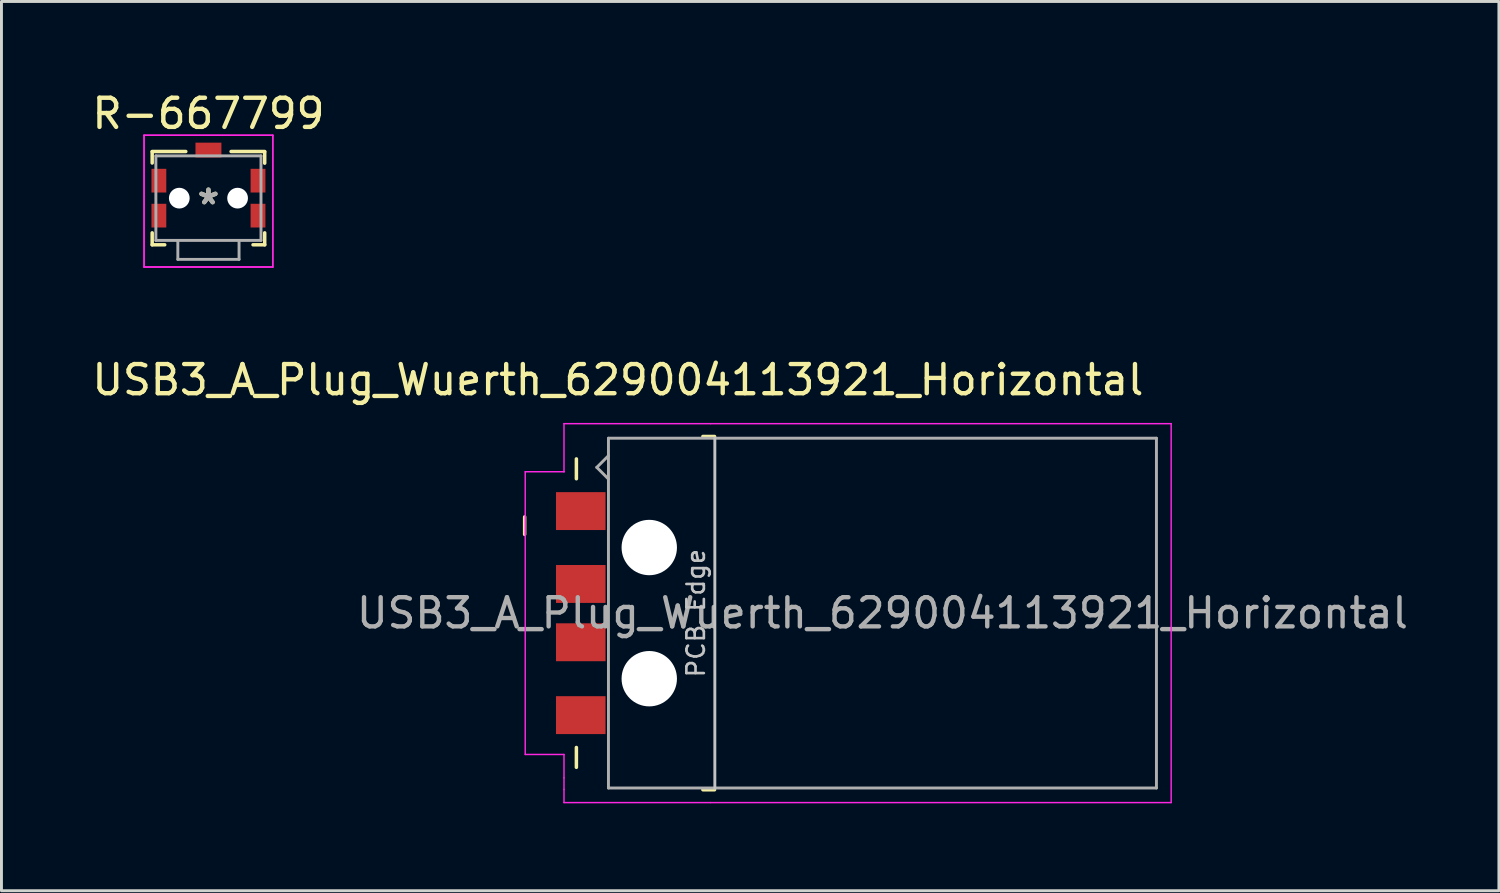
<source format=kicad_pcb>
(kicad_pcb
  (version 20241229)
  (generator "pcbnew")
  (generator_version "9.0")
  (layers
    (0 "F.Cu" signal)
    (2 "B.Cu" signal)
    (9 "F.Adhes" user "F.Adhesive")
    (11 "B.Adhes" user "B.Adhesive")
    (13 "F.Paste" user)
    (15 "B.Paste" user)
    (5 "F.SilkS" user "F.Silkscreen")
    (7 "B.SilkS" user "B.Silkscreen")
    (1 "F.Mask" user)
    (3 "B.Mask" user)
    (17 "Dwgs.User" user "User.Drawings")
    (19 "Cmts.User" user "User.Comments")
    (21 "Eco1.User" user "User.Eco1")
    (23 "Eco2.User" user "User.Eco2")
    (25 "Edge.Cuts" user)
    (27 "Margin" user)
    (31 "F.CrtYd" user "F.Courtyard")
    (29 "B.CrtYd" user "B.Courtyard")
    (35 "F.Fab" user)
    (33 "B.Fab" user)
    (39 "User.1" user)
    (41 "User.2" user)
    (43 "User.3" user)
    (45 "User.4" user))
  (footprint "USB3_A_Plug_Wuerth_629004113921_Horizontal"
    (layer "F.Cu")
    (at 21.449 13.134)
    (property "Reference" "USB3_A_Plug_Wuerth_629004113921_Horizontal" (at -3.3 -3.15 0) (layer "F.SilkS") (effects (font (size 1 1) (thickness 0.15))))
    (attr smd)
    (fp_line (start -6.5 2.15) (end -6.5 1.55) (stroke (width 0.12) (type solid)) (layer "F.SilkS"))
    (fp_line (start -4.725 0.24) (end -4.725 -0.44) (stroke (width 0.12) (type solid)) (layer "F.SilkS"))
    (fp_line (start -4.725 9.46) (end -4.725 10.14) (stroke (width 0.12) (type solid)) (layer "F.SilkS"))
    (fp_line (start 0.015 -1.21) (end -0.385 -1.21) (stroke (width 0.12) (type solid)) (layer "F.SilkS"))
    (fp_line (start 0.015 10.91) (end -0.385 10.91) (stroke (width 0.12) (type solid)) (layer "F.SilkS"))
    (fp_line (start 0.025 10.85) (end 0.025 -1.15) (stroke (width 0.1) (type solid)) (layer "Dwgs.User"))
    (fp_line (start -6.48 0) (end -5.15 0) (stroke (width 0.05) (type solid)) (layer "F.CrtYd"))
    (fp_line (start -6.48 9.7) (end -6.48 0) (stroke (width 0.05) (type solid)) (layer "F.CrtYd"))
    (fp_line (start -5.15 -1.65) (end -0.12 -1.65) (stroke (width 0.05) (type solid)) (layer "F.CrtYd"))
    (fp_line (start -5.15 0) (end -5.15 -1.65) (stroke (width 0.05) (type solid)) (layer "F.CrtYd"))
    (fp_line (start -5.15 0) (end -5.15 0) (stroke (width 0.05) (type solid)) (layer "F.CrtYd"))
    (fp_line (start -5.15 9.7) (end -6.48 9.7) (stroke (width 0.05) (type solid)) (layer "F.CrtYd"))
    (fp_line (start -5.15 10.5) (end -5.15 9.7) (stroke (width 0.05) (type solid)) (layer "F.CrtYd"))
    (fp_line (start -5.15 10.9) (end -5.15 10.5) (stroke (width 0.05) (type solid)) (layer "F.CrtYd"))
    (fp_line (start -5.15 11.35) (end -5.15 10.9) (stroke (width 0.05) (type solid)) (layer "F.CrtYd"))
    (fp_line (start -0.12 11.35) (end -5.15 11.35) (stroke (width 0.05) (type solid)) (layer "F.CrtYd"))
    (fp_line (start 15.68 -1.65) (end -0.12 -1.65) (stroke (width 0.05) (type solid)) (layer "F.CrtYd"))
    (fp_line (start 15.68 11.35) (end -0.12 11.35) (stroke (width 0.05) (type solid)) (layer "F.CrtYd"))
    (fp_line (start 15.68 11.35) (end 15.68 -1.65) (stroke (width 0.05) (type solid)) (layer "F.CrtYd"))
    (fp_line (start -4.025 -0.15) (end -3.625 -0.55) (stroke (width 0.1) (type solid)) (layer "F.Fab"))
    (fp_line (start -4.025 -0.15) (end -3.625 0.25) (stroke (width 0.1) (type solid)) (layer "F.Fab"))
    (fp_line (start -3.625 10.85) (end -3.625 -1.15) (stroke (width 0.1) (type solid)) (layer "F.Fab"))
    (fp_line (start 15.175 -1.15) (end -3.625 -1.15) (stroke (width 0.1) (type solid)) (layer "F.Fab"))
    (fp_line (start 15.175 10.85) (end -3.625 10.85) (stroke (width 0.1) (type solid)) (layer "F.Fab"))
    (fp_line (start 15.175 10.85) (end 15.175 -1.15) (stroke (width 0.1) (type solid)) (layer "F.Fab"))
    (fp_text user "PCB Edge" (at -0.625 4.85 90) (layer "Dwgs.User") (effects (font (size 0.6 0.6) (thickness 0.09))))
    (fp_text user "${REFERENCE}" (at 5.775 4.85 180) (layer "F.Fab") (effects (font (size 1 1) (thickness 0.15))))
    (pad "" np_thru_hole circle (at -2.225 2.6 90) (size 1.9 1.9) (drill 1.9) (layers "*.Cu" "*.Mask"))
    (pad "" np_thru_hole circle (at -2.225 7.1 90) (size 1.9 1.9) (drill 1.9) (layers "*.Cu" "*.Mask"))
    (pad "1" smd rect (at -4.575 1.35 90) (size 1.3 1.7) (layers "F.Cu" "F.Mask" "F.Paste"))
    (pad "2" smd rect (at -4.575 3.85 90) (size 1.3 1.7) (layers "F.Cu" "F.Mask" "F.Paste"))
    (pad "3" smd rect (at -4.575 5.85 90) (size 1.3 1.7) (layers "F.Cu" "F.Mask" "F.Paste"))
    (pad "4" smd rect (at -4.575 8.35 90) (size 1.3 1.7) (layers "F.Cu" "F.Mask" "F.Paste")))
  (footprint "R-667799"
    (layer "F.Cu")
    (at 4.101 3.748)
    (property "Reference" "R-667799" (at 0 -2.9 0) (layer "F.SilkS") (effects (font (size 1 1) (thickness 0.15))))
    (attr through_hole)
    (fp_line (start -1.93 -1.594) (end -1.93 -1.206) (stroke (width 0.12) (type solid)) (layer "F.SilkS"))
    (fp_line (start -1.93 1.19) (end -1.93 1.6) (stroke (width 0.12) (type solid)) (layer "F.SilkS"))
    (fp_line (start -1.93 1.6) (end -1.5 1.6) (stroke (width 0.12) (type solid)) (layer "F.SilkS"))
    (fp_line (start -0.777 -1.6) (end -1.93 -1.6) (stroke (width 0.12) (type solid)) (layer "F.SilkS"))
    (fp_line (start 1.53 1.6) (end 1.93 1.6) (stroke (width 0.12) (type solid)) (layer "F.SilkS"))
    (fp_line (start 1.93 -1.6) (end 0.777 -1.6) (stroke (width 0.12) (type solid)) (layer "F.SilkS"))
    (fp_line (start 1.93 -1.2) (end 1.93 -1.588) (stroke (width 0.12) (type solid)) (layer "F.SilkS"))
    (fp_line (start 1.93 1.6) (end 1.93 1.19) (stroke (width 0.12) (type solid)) (layer "F.SilkS"))
    (fp_line (start -2.208 -2.158) (end -2.208 2.362) (stroke (width 0.05) (type solid)) (layer "F.CrtYd"))
    (fp_line (start -2.208 -2.158) (end -2.208 2.362) (stroke (width 0.05) (type solid)) (layer "F.CrtYd"))
    (fp_line (start -2.208 2.362) (end 2.208 2.362) (stroke (width 0.05) (type solid)) (layer "F.CrtYd"))
    (fp_line (start -2.208 2.362) (end 2.208 2.362) (stroke (width 0.05) (type solid)) (layer "F.CrtYd"))
    (fp_line (start 2.208 -2.158) (end -2.208 -2.158) (stroke (width 0.05) (type solid)) (layer "F.CrtYd"))
    (fp_line (start 2.208 -2.158) (end -2.208 -2.158) (stroke (width 0.05) (type solid)) (layer "F.CrtYd"))
    (fp_line (start 2.208 2.362) (end 2.208 -2.158) (stroke (width 0.05) (type solid)) (layer "F.CrtYd"))
    (fp_line (start 2.208 2.362) (end 2.208 -2.158) (stroke (width 0.05) (type solid)) (layer "F.CrtYd"))
    (fp_line (start -1.803 -1.45) (end -1.803 1.45) (stroke (width 0.1) (type solid)) (layer "F.Fab"))
    (fp_line (start -1.803 1.45) (end 1.803 1.45) (stroke (width 0.1) (type solid)) (layer "F.Fab"))
    (fp_line (start -1.05 2.1) (end -1.05 1.45) (stroke (width 0.1) (type solid)) (layer "F.Fab"))
    (fp_line (start 1.05 1.5) (end 1.05 2.1) (stroke (width 0.1) (type solid)) (layer "F.Fab"))
    (fp_line (start 1.05 2.1) (end -1.05 2.1) (stroke (width 0.1) (type solid)) (layer "F.Fab"))
    (fp_line (start 1.803 -1.45) (end -1.803 -1.45) (stroke (width 0.1) (type solid)) (layer "F.Fab"))
    (fp_line (start 1.803 1.45) (end 1.803 -1.45) (stroke (width 0.1) (type solid)) (layer "F.Fab"))
    (fp_text user "*" (at 0 0.254 0) (layer "F.SilkS") (effects (font (size 1 1) (thickness 0.15))))
    (fp_text user "*" (at 0 0.254 0) (layer "F.Fab") (effects (font (size 1 1) (thickness 0.15))))
    (pad "" np_thru_hole circle (at -1 0) (size 0.711 0.711) (drill 0.711) (layers "*.Cu" "*.Mask"))
    (pad "" np_thru_hole circle (at 1 0) (size 0.711 0.711) (drill 0.711) (layers "*.Cu" "*.Mask"))
    (pad "A" smd rect (at -1.7 0.6) (size 0.508 0.813) (layers "F.Cu" "F.Mask" "F.Paste"))
    (pad "B1" smd rect (at 1.7 0.6) (size 0.508 0.813) (layers "F.Cu" "F.Mask" "F.Paste"))
    (pad "B2" smd rect (at 1.7 -0.6) (size 0.508 0.813) (layers "F.Cu" "F.Mask" "F.Paste"))
    (pad "B3" smd rect (at 0 -1.65) (size 0.889 0.508) (layers "F.Cu" "F.Mask" "F.Paste"))
    (pad "G" smd rect (at -1.7 -0.6) (size 0.508 0.813) (layers "F.Cu" "F.Mask" "F.Paste")))
  (gr_rect
    (start -3 -3)
    (end 48.373 27.509)
    (stroke (width 0.1) (type default))
    (fill no)
    (layer "Edge.Cuts")))
</source>
